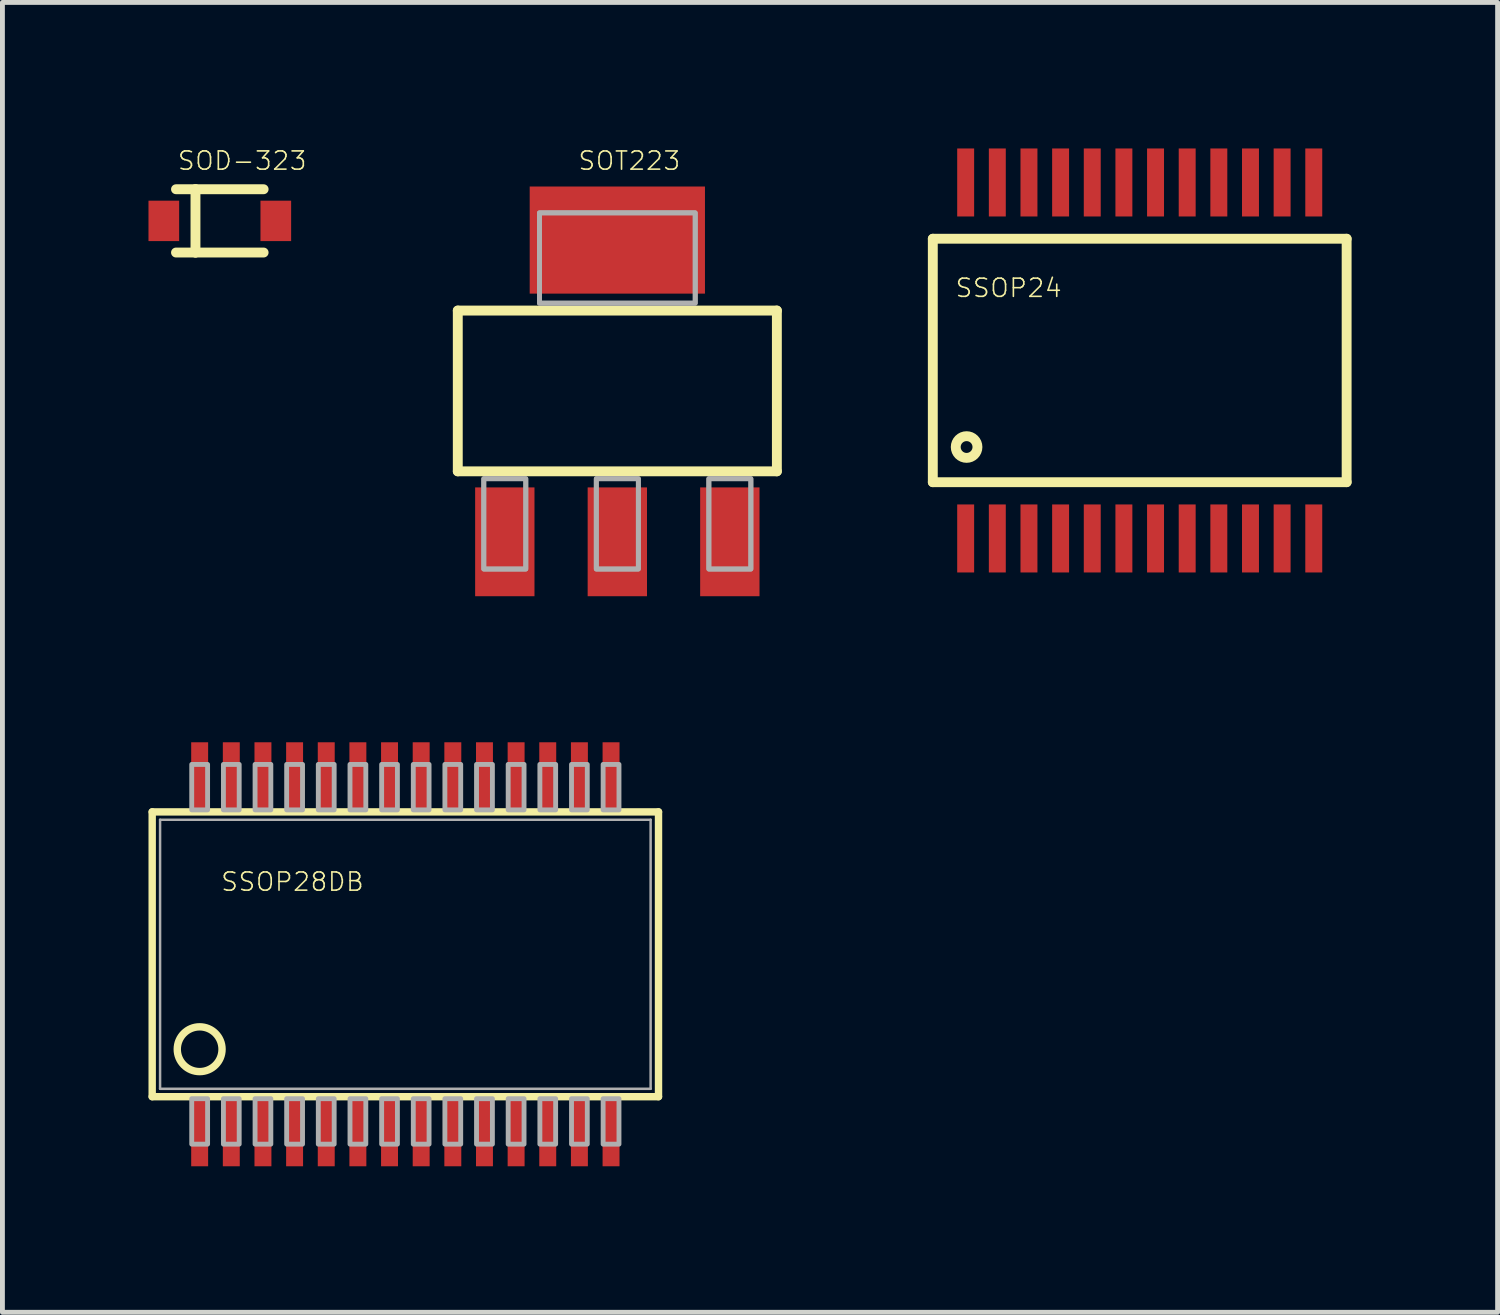
<source format=kicad_pcb>
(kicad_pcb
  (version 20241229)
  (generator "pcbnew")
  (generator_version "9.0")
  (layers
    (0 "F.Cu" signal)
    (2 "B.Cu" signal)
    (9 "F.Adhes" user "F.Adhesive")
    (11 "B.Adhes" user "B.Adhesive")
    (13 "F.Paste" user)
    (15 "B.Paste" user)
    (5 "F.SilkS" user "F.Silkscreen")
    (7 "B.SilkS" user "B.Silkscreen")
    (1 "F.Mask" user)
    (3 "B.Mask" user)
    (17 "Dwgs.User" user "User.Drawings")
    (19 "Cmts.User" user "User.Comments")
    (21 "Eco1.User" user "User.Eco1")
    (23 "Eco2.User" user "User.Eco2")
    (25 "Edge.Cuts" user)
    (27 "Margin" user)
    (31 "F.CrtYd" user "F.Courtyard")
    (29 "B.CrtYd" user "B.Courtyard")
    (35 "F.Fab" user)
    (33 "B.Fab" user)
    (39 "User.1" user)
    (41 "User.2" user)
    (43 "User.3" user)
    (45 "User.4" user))
  (footprint "SSOP28DB"
    (layer "F.Cu")
    (at 5.276 16.551)
    (property "Reference" "SSOP28DB" (at -3.81 -1.27 0) (unlocked yes) (layer "F.SilkS") (effects (font (size 0.374 0.374) (thickness 0.033)) (justify left bottom)))
    (fp_line (start -5.2 -2.925) (end 5.2 -2.925) (stroke (width 0.152) (type solid)) (layer "F.SilkS"))
    (fp_line (start -5.2 2.925) (end -5.2 -2.925) (stroke (width 0.152) (type solid)) (layer "F.SilkS"))
    (fp_line (start 5.2 -2.925) (end 5.2 2.925) (stroke (width 0.152) (type solid)) (layer "F.SilkS"))
    (fp_line (start 5.2 2.925) (end -5.2 2.925) (stroke (width 0.152) (type solid)) (layer "F.SilkS"))
    (fp_circle (center -4.225 1.95) (end -3.765 1.95) (stroke (width 0.152) (type solid)) (fill no) (layer "F.SilkS"))
    (fp_line (start -5.038 -2.763) (end 5.038 -2.763) (stroke (width 0.051) (type solid)) (layer "F.Fab"))
    (fp_line (start -5.038 2.763) (end -5.038 -2.763) (stroke (width 0.051) (type solid)) (layer "F.Fab"))
    (fp_line (start 5.038 -2.763) (end 5.038 2.763) (stroke (width 0.051) (type solid)) (layer "F.Fab"))
    (fp_line (start 5.038 2.763) (end -5.038 2.763) (stroke (width 0.051) (type solid)) (layer "F.Fab"))
    (fp_poly (pts (xy -4.388 -2.966) (xy -4.062 -2.966) (xy -4.062 -3.9) (xy -4.388 -3.9)) (stroke (width 0.1) (type default)) (fill no) (layer "F.Fab"))
    (fp_poly (pts (xy -4.388 3.9) (xy -4.062 3.9) (xy -4.062 2.966) (xy -4.388 2.966)) (stroke (width 0.1) (type default)) (fill no) (layer "F.Fab"))
    (fp_poly (pts (xy -3.737 -2.966) (xy -3.413 -2.966) (xy -3.413 -3.9) (xy -3.737 -3.9)) (stroke (width 0.1) (type default)) (fill no) (layer "F.Fab"))
    (fp_poly (pts (xy -3.737 3.9) (xy -3.413 3.9) (xy -3.413 2.966) (xy -3.737 2.966)) (stroke (width 0.1) (type default)) (fill no) (layer "F.Fab"))
    (fp_poly (pts (xy -3.087 -2.966) (xy -2.763 -2.966) (xy -2.763 -3.9) (xy -3.087 -3.9)) (stroke (width 0.1) (type default)) (fill no) (layer "F.Fab"))
    (fp_poly (pts (xy -3.087 3.9) (xy -2.763 3.9) (xy -2.763 2.966) (xy -3.087 2.966)) (stroke (width 0.1) (type default)) (fill no) (layer "F.Fab"))
    (fp_poly (pts (xy -2.438 -2.966) (xy -2.112 -2.966) (xy -2.112 -3.9) (xy -2.438 -3.9)) (stroke (width 0.1) (type default)) (fill no) (layer "F.Fab"))
    (fp_poly (pts (xy -2.438 3.9) (xy -2.112 3.9) (xy -2.112 2.966) (xy -2.438 2.966)) (stroke (width 0.1) (type default)) (fill no) (layer "F.Fab"))
    (fp_poly (pts (xy -1.788 -2.966) (xy -1.462 -2.966) (xy -1.462 -3.9) (xy -1.788 -3.9)) (stroke (width 0.1) (type default)) (fill no) (layer "F.Fab"))
    (fp_poly (pts (xy -1.788 3.9) (xy -1.462 3.9) (xy -1.462 2.966) (xy -1.788 2.966)) (stroke (width 0.1) (type default)) (fill no) (layer "F.Fab"))
    (fp_poly (pts (xy -1.137 -2.966) (xy -0.812 -2.966) (xy -0.812 -3.9) (xy -1.137 -3.9)) (stroke (width 0.1) (type default)) (fill no) (layer "F.Fab"))
    (fp_poly (pts (xy -1.137 3.9) (xy -0.812 3.9) (xy -0.812 2.966) (xy -1.137 2.966)) (stroke (width 0.1) (type default)) (fill no) (layer "F.Fab"))
    (fp_poly (pts (xy -0.487 -2.966) (xy -0.163 -2.966) (xy -0.163 -3.9) (xy -0.487 -3.9)) (stroke (width 0.1) (type default)) (fill no) (layer "F.Fab"))
    (fp_poly (pts (xy -0.487 3.9) (xy -0.163 3.9) (xy -0.163 2.966) (xy -0.487 2.966)) (stroke (width 0.1) (type default)) (fill no) (layer "F.Fab"))
    (fp_poly (pts (xy 0.163 -2.966) (xy 0.487 -2.966) (xy 0.487 -3.9) (xy 0.163 -3.9)) (stroke (width 0.1) (type default)) (fill no) (layer "F.Fab"))
    (fp_poly (pts (xy 0.163 3.9) (xy 0.487 3.9) (xy 0.487 2.966) (xy 0.163 2.966)) (stroke (width 0.1) (type default)) (fill no) (layer "F.Fab"))
    (fp_poly (pts (xy 0.812 -2.966) (xy 1.137 -2.966) (xy 1.137 -3.9) (xy 0.812 -3.9)) (stroke (width 0.1) (type default)) (fill no) (layer "F.Fab"))
    (fp_poly (pts (xy 0.812 3.9) (xy 1.137 3.9) (xy 1.137 2.966) (xy 0.812 2.966)) (stroke (width 0.1) (type default)) (fill no) (layer "F.Fab"))
    (fp_poly (pts (xy 1.462 -2.966) (xy 1.788 -2.966) (xy 1.788 -3.9) (xy 1.462 -3.9)) (stroke (width 0.1) (type default)) (fill no) (layer "F.Fab"))
    (fp_poly (pts (xy 1.462 3.9) (xy 1.788 3.9) (xy 1.788 2.966) (xy 1.462 2.966)) (stroke (width 0.1) (type default)) (fill no) (layer "F.Fab"))
    (fp_poly (pts (xy 2.112 -2.966) (xy 2.438 -2.966) (xy 2.438 -3.9) (xy 2.112 -3.9)) (stroke (width 0.1) (type default)) (fill no) (layer "F.Fab"))
    (fp_poly (pts (xy 2.112 3.9) (xy 2.438 3.9) (xy 2.438 2.966) (xy 2.112 2.966)) (stroke (width 0.1) (type default)) (fill no) (layer "F.Fab"))
    (fp_poly (pts (xy 2.763 -2.966) (xy 3.087 -2.966) (xy 3.087 -3.9) (xy 2.763 -3.9)) (stroke (width 0.1) (type default)) (fill no) (layer "F.Fab"))
    (fp_poly (pts (xy 2.763 3.9) (xy 3.087 3.9) (xy 3.087 2.966) (xy 2.763 2.966)) (stroke (width 0.1) (type default)) (fill no) (layer "F.Fab"))
    (fp_poly (pts (xy 3.413 -2.966) (xy 3.737 -2.966) (xy 3.737 -3.9) (xy 3.413 -3.9)) (stroke (width 0.1) (type default)) (fill no) (layer "F.Fab"))
    (fp_poly (pts (xy 3.413 3.9) (xy 3.737 3.9) (xy 3.737 2.966) (xy 3.413 2.966)) (stroke (width 0.1) (type default)) (fill no) (layer "F.Fab"))
    (fp_poly (pts (xy 4.062 -2.966) (xy 4.388 -2.966) (xy 4.388 -3.9) (xy 4.062 -3.9)) (stroke (width 0.1) (type default)) (fill no) (layer "F.Fab"))
    (fp_poly (pts (xy 4.062 3.9) (xy 4.388 3.9) (xy 4.388 2.966) (xy 4.062 2.966)) (stroke (width 0.1) (type default)) (fill no) (layer "F.Fab"))
    (pad "1" smd rect (at -4.225 3.656) (size 0.348 1.397) (layers "F.Cu" "F.Mask" "F.Paste"))
    (pad "2" smd rect (at -3.575 3.656) (size 0.348 1.397) (layers "F.Cu" "F.Mask" "F.Paste"))
    (pad "3" smd rect (at -2.925 3.656) (size 0.348 1.397) (layers "F.Cu" "F.Mask" "F.Paste"))
    (pad "4" smd rect (at -2.275 3.656) (size 0.348 1.397) (layers "F.Cu" "F.Mask" "F.Paste"))
    (pad "5" smd rect (at -1.625 3.656) (size 0.348 1.397) (layers "F.Cu" "F.Mask" "F.Paste"))
    (pad "6" smd rect (at -0.975 3.656) (size 0.348 1.397) (layers "F.Cu" "F.Mask" "F.Paste"))
    (pad "7" smd rect (at -0.325 3.656) (size 0.348 1.397) (layers "F.Cu" "F.Mask" "F.Paste"))
    (pad "8" smd rect (at 0.325 3.656) (size 0.348 1.397) (layers "F.Cu" "F.Mask" "F.Paste"))
    (pad "9" smd rect (at 0.975 3.656) (size 0.348 1.397) (layers "F.Cu" "F.Mask" "F.Paste"))
    (pad "10" smd rect (at 1.625 3.656) (size 0.348 1.397) (layers "F.Cu" "F.Mask" "F.Paste"))
    (pad "11" smd rect (at 2.275 3.656) (size 0.348 1.397) (layers "F.Cu" "F.Mask" "F.Paste"))
    (pad "12" smd rect (at 2.925 3.656) (size 0.348 1.397) (layers "F.Cu" "F.Mask" "F.Paste"))
    (pad "13" smd rect (at 3.575 3.656) (size 0.348 1.397) (layers "F.Cu" "F.Mask" "F.Paste"))
    (pad "14" smd rect (at 4.225 3.656) (size 0.348 1.397) (layers "F.Cu" "F.Mask" "F.Paste"))
    (pad "15" smd rect (at 4.225 -3.656) (size 0.348 1.397) (layers "F.Cu" "F.Mask" "F.Paste"))
    (pad "16" smd rect (at 3.575 -3.656) (size 0.348 1.397) (layers "F.Cu" "F.Mask" "F.Paste"))
    (pad "17" smd rect (at 2.925 -3.656) (size 0.348 1.397) (layers "F.Cu" "F.Mask" "F.Paste"))
    (pad "18" smd rect (at 2.275 -3.656) (size 0.348 1.397) (layers "F.Cu" "F.Mask" "F.Paste"))
    (pad "19" smd rect (at 1.625 -3.656) (size 0.348 1.397) (layers "F.Cu" "F.Mask" "F.Paste"))
    (pad "20" smd rect (at 0.975 -3.656) (size 0.348 1.397) (layers "F.Cu" "F.Mask" "F.Paste"))
    (pad "21" smd rect (at 0.325 -3.656) (size 0.348 1.397) (layers "F.Cu" "F.Mask" "F.Paste"))
    (pad "22" smd rect (at -0.325 -3.656) (size 0.348 1.397) (layers "F.Cu" "F.Mask" "F.Paste"))
    (pad "23" smd rect (at -0.975 -3.656) (size 0.348 1.397) (layers "F.Cu" "F.Mask" "F.Paste"))
    (pad "24" smd rect (at -1.625 -3.656) (size 0.348 1.397) (layers "F.Cu" "F.Mask" "F.Paste"))
    (pad "25" smd rect (at -2.275 -3.656) (size 0.348 1.397) (layers "F.Cu" "F.Mask" "F.Paste"))
    (pad "26" smd rect (at -2.925 -3.656) (size 0.348 1.397) (layers "F.Cu" "F.Mask" "F.Paste"))
    (pad "27" smd rect (at -3.575 -3.656) (size 0.348 1.397) (layers "F.Cu" "F.Mask" "F.Paste"))
    (pad "28" smd rect (at -4.225 -3.656) (size 0.348 1.397) (layers "F.Cu" "F.Mask" "F.Paste")))
  (footprint "SSOP24"
    (layer "F.Cu")
    (at 20.36 4.354)
    (property "Reference" "SSOP24" (at -3.81 -1.27 0) (unlocked yes) (layer "F.SilkS") (effects (font (size 0.374 0.374) (thickness 0.033)) (justify left bottom)))
    (fp_line (start -4.25 -2.5) (end 4.25 -2.5) (stroke (width 0.203) (type solid)) (layer "F.SilkS"))
    (fp_line (start -4.25 2.5) (end -4.25 -2.5) (stroke (width 0.203) (type solid)) (layer "F.SilkS"))
    (fp_line (start 4.25 -2.5) (end 4.25 2.5) (stroke (width 0.203) (type solid)) (layer "F.SilkS"))
    (fp_line (start 4.25 2.5) (end -4.25 2.5) (stroke (width 0.203) (type solid)) (layer "F.SilkS"))
    (fp_circle (center -3.556 1.778) (end -3.333 1.778) (stroke (width 0.203) (type solid)) (fill no) (layer "F.SilkS"))
    (pad "1" smd rect (at -3.575 3.656) (size 0.348 1.397) (layers "F.Cu" "F.Mask" "F.Paste"))
    (pad "2" smd rect (at -2.925 3.656) (size 0.348 1.397) (layers "F.Cu" "F.Mask" "F.Paste"))
    (pad "3" smd rect (at -2.275 3.656) (size 0.348 1.397) (layers "F.Cu" "F.Mask" "F.Paste"))
    (pad "4" smd rect (at -1.625 3.656) (size 0.348 1.397) (layers "F.Cu" "F.Mask" "F.Paste"))
    (pad "5" smd rect (at -0.975 3.656) (size 0.348 1.397) (layers "F.Cu" "F.Mask" "F.Paste"))
    (pad "6" smd rect (at -0.325 3.656) (size 0.348 1.397) (layers "F.Cu" "F.Mask" "F.Paste"))
    (pad "7" smd rect (at 0.325 3.656) (size 0.348 1.397) (layers "F.Cu" "F.Mask" "F.Paste"))
    (pad "8" smd rect (at 0.975 3.656) (size 0.348 1.397) (layers "F.Cu" "F.Mask" "F.Paste"))
    (pad "9" smd rect (at 1.625 3.656) (size 0.348 1.397) (layers "F.Cu" "F.Mask" "F.Paste"))
    (pad "10" smd rect (at 2.275 3.656) (size 0.348 1.397) (layers "F.Cu" "F.Mask" "F.Paste"))
    (pad "11" smd rect (at 2.925 3.656) (size 0.348 1.397) (layers "F.Cu" "F.Mask" "F.Paste"))
    (pad "12" smd rect (at 3.575 3.656) (size 0.348 1.397) (layers "F.Cu" "F.Mask" "F.Paste"))
    (pad "13" smd rect (at 3.575 -3.656 180) (size 0.348 1.397) (layers "F.Cu" "F.Mask" "F.Paste"))
    (pad "14" smd rect (at 2.925 -3.656 180) (size 0.348 1.397) (layers "F.Cu" "F.Mask" "F.Paste"))
    (pad "15" smd rect (at 2.275 -3.656) (size 0.348 1.397) (layers "F.Cu" "F.Mask" "F.Paste"))
    (pad "16" smd rect (at 1.625 -3.656) (size 0.348 1.397) (layers "F.Cu" "F.Mask" "F.Paste"))
    (pad "17" smd rect (at 0.975 -3.656) (size 0.348 1.397) (layers "F.Cu" "F.Mask" "F.Paste"))
    (pad "18" smd rect (at 0.325 -3.656) (size 0.348 1.397) (layers "F.Cu" "F.Mask" "F.Paste"))
    (pad "19" smd rect (at -0.325 -3.656) (size 0.348 1.397) (layers "F.Cu" "F.Mask" "F.Paste"))
    (pad "20" smd rect (at -0.975 -3.656) (size 0.348 1.397) (layers "F.Cu" "F.Mask" "F.Paste"))
    (pad "21" smd rect (at -1.625 -3.656) (size 0.348 1.397) (layers "F.Cu" "F.Mask" "F.Paste"))
    (pad "22" smd rect (at -2.275 -3.656) (size 0.348 1.397) (layers "F.Cu" "F.Mask" "F.Paste"))
    (pad "23" smd rect (at -2.925 -3.656) (size 0.348 1.397) (layers "F.Cu" "F.Mask" "F.Paste"))
    (pad "24" smd rect (at -3.575 -3.656) (size 0.348 1.397) (layers "F.Cu" "F.Mask" "F.Paste")))
  (footprint "SOT223"
    (layer "F.Cu")
    (at 9.63 4.98)
    (property "Reference" "SOT223" (at -0.826 -4.508 0) (unlocked yes) (layer "F.SilkS") (effects (font (size 0.374 0.374) (thickness 0.033)) (justify left bottom)))
    (fp_line (start -3.277 -1.651) (end 3.277 -1.651) (stroke (width 0.203) (type solid)) (layer "F.SilkS"))
    (fp_line (start -3.277 1.651) (end -3.277 -1.651) (stroke (width 0.203) (type solid)) (layer "F.SilkS"))
    (fp_line (start 3.277 -1.651) (end 3.277 1.651) (stroke (width 0.203) (type solid)) (layer "F.SilkS"))
    (fp_line (start 3.277 1.651) (end -3.277 1.651) (stroke (width 0.203) (type solid)) (layer "F.SilkS"))
    (fp_poly (pts (xy -2.743 3.658) (xy -1.88 3.658) (xy -1.88 1.803) (xy -2.743 1.803)) (stroke (width 0.1) (type default)) (fill no) (layer "F.Fab"))
    (fp_poly (pts (xy -2.743 3.658) (xy -1.88 3.658) (xy -1.88 1.803) (xy -2.743 1.803)) (stroke (width 0.1) (type default)) (fill no) (layer "F.Fab"))
    (fp_poly (pts (xy -1.6 -1.803) (xy 1.6 -1.803) (xy 1.6 -3.658) (xy -1.6 -3.658)) (stroke (width 0.1) (type default)) (fill no) (layer "F.Fab"))
    (fp_poly (pts (xy -1.6 -1.803) (xy 1.6 -1.803) (xy 1.6 -3.658) (xy -1.6 -3.658)) (stroke (width 0.1) (type default)) (fill no) (layer "F.Fab"))
    (fp_poly (pts (xy -0.432 3.658) (xy 0.432 3.658) (xy 0.432 1.803) (xy -0.432 1.803)) (stroke (width 0.1) (type default)) (fill no) (layer "F.Fab"))
    (fp_poly (pts (xy -0.432 3.658) (xy 0.432 3.658) (xy 0.432 1.803) (xy -0.432 1.803)) (stroke (width 0.1) (type default)) (fill no) (layer "F.Fab"))
    (fp_poly (pts (xy 1.88 3.658) (xy 2.743 3.658) (xy 2.743 1.803) (xy 1.88 1.803)) (stroke (width 0.1) (type default)) (fill no) (layer "F.Fab"))
    (fp_poly (pts (xy 1.88 3.658) (xy 2.743 3.658) (xy 2.743 1.803) (xy 1.88 1.803)) (stroke (width 0.1) (type default)) (fill no) (layer "F.Fab"))
    (pad "1" smd rect (at -2.311 3.099) (size 1.219 2.235) (layers "F.Cu" "F.Mask" "F.Paste"))
    (pad "2" smd rect (at 0 3.099) (size 1.219 2.235) (layers "F.Cu" "F.Mask" "F.Paste"))
    (pad "3" smd rect (at 2.311 3.099) (size 1.219 2.235) (layers "F.Cu" "F.Mask" "F.Paste"))
    (pad "4" smd rect (at 0 -3.099) (size 3.6 2.2) (layers "F.Cu" "F.Mask" "F.Paste")))
  (footprint "SOD-323"
    (layer "F.Cu")
    (at 1.465 1.487)
    (property "Reference" "SOD-323" (at -0.889 -1.016 0) (unlocked yes) (layer "F.SilkS") (effects (font (size 0.374 0.374) (thickness 0.033)) (justify left bottom)))
    (fp_line (start -0.9 -0.65) (end -0.5 -0.65) (stroke (width 0.203) (type solid)) (layer "F.SilkS"))
    (fp_line (start -0.9 0.65) (end -0.5 0.65) (stroke (width 0.203) (type solid)) (layer "F.SilkS"))
    (fp_line (start -0.5 -0.65) (end -0.5 0.65) (stroke (width 0.203) (type solid)) (layer "F.SilkS"))
    (fp_line (start -0.5 -0.65) (end 0.9 -0.65) (stroke (width 0.203) (type solid)) (layer "F.SilkS"))
    (fp_line (start -0.5 0.65) (end 0.9 0.65) (stroke (width 0.203) (type solid)) (layer "F.SilkS"))
    (pad "A" smd rect (at 1.15 0) (size 0.63 0.83) (layers "F.Cu" "F.Mask" "F.Paste"))
    (pad "C" smd rect (at -1.15 0) (size 0.63 0.83) (layers "F.Cu" "F.Mask" "F.Paste")))
  (gr_rect
    (start -3 -3)
    (end 27.711 23.905)
    (stroke (width 0.1) (type default))
    (fill no)
    (layer "Edge.Cuts")))
</source>
